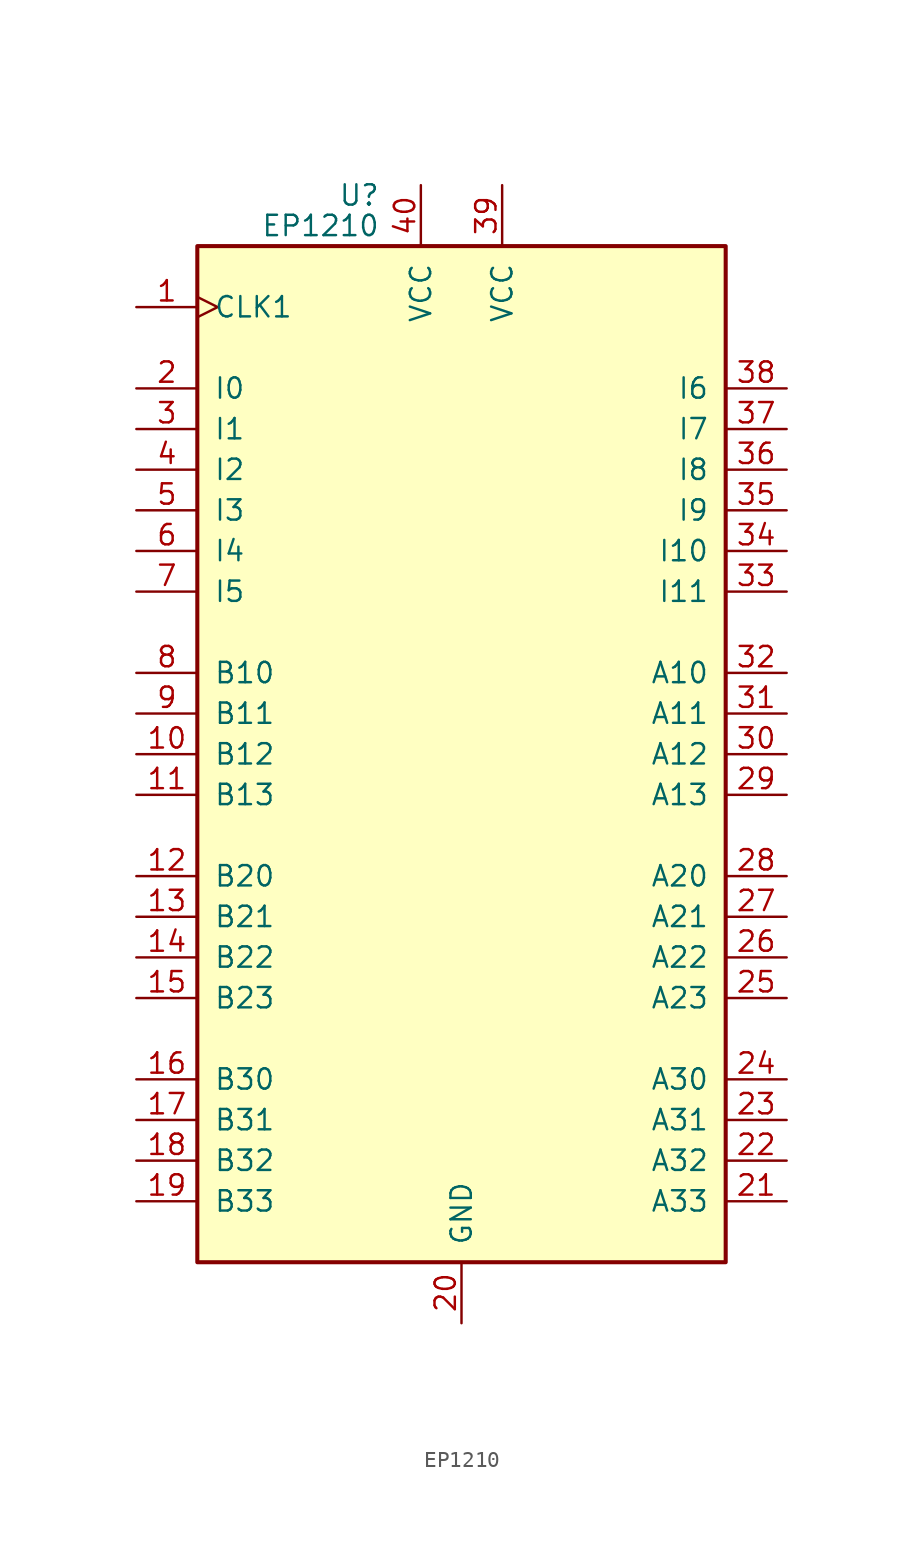
<source format=kicad_sym>
(kicad_symbol_lib
  (version 20201005)
  (generator kicad_symbol_editor)
  (symbol "EP1210"
    (pin_names
      (offset 1.016))
    (property "Reference" "U"
      (at -5.08 34.925 0)
      (effects (font (size 1.27 1.27)) (justify right)))
    (property "Value" "EP1210"
      (at -5.08 33.02 0)
      (effects (font (size 1.27 1.27)) (justify right)))
    (symbol "EP1210_0_1"
      (rectangle (start -16.51 -31.75) (end 16.51 31.75) (stroke (width 0.254)) (fill (type background))))
    (symbol "EP1210_1_1"
      (pin input clock (at -20.32 27.94 0) (length 3.81) (name "CLK1" (effects (font (size 1.27 1.27)))) (number "1" (effects (font (size 1.27 1.27)))))
      (pin input line (at -20.32 22.86 0) (length 3.81) (name "I0" (effects (font (size 1.27 1.27)))) (number "2" (effects (font (size 1.27 1.27)))))
      (pin input line (at -20.32 20.32 0) (length 3.81) (name "I1" (effects (font (size 1.27 1.27)))) (number "3" (effects (font (size 1.27 1.27)))))
      (pin input line (at -20.32 17.78 0) (length 3.81) (name "I2" (effects (font (size 1.27 1.27)))) (number "4" (effects (font (size 1.27 1.27)))))
      (pin input line (at -20.32 15.24 0) (length 3.81) (name "I3" (effects (font (size 1.27 1.27)))) (number "5" (effects (font (size 1.27 1.27)))))
      (pin input line (at -20.32 12.7 0) (length 3.81) (name "I4" (effects (font (size 1.27 1.27)))) (number "6" (effects (font (size 1.27 1.27)))))
      (pin input line (at -20.32 10.16 0) (length 3.81) (name "I5" (effects (font (size 1.27 1.27)))) (number "7" (effects (font (size 1.27 1.27)))))
      (pin input line (at -20.32 5.08 0) (length 3.81) (name "B10" (effects (font (size 1.27 1.27)))) (number "8" (effects (font (size 1.27 1.27)))))
      (pin input line (at -20.32 2.54 0) (length 3.81) (name "B11" (effects (font (size 1.27 1.27)))) (number "9" (effects (font (size 1.27 1.27)))))
      (pin input line (at -20.32 0 0) (length 3.81) (name "B12" (effects (font (size 1.27 1.27)))) (number "10" (effects (font (size 1.27 1.27)))))
      (pin power_in line (at 0 -35.56 90) (length 3.81) (name "GND" (effects (font (size 1.27 1.27)))) (number "20" (effects (font (size 1.27 1.27)))))
      (pin input line (at 20.32 0 180) (length 3.81) (name "A12" (effects (font (size 1.27 1.27)))) (number "30" (effects (font (size 1.27 1.27)))))
      (pin power_in line (at -2.54 35.56 270) (length 3.81) (name "VCC" (effects (font (size 1.27 1.27)))) (number "40" (effects (font (size 1.27 1.27)))))
      (pin input line (at -20.32 -2.54 0) (length 3.81) (name "B13" (effects (font (size 1.27 1.27)))) (number "11" (effects (font (size 1.27 1.27)))))
      (pin input line (at 20.32 -27.94 180) (length 3.81) (name "A33" (effects (font (size 1.27 1.27)))) (number "21" (effects (font (size 1.27 1.27)))))
      (pin input line (at 20.32 2.54 180) (length 3.81) (name "A11" (effects (font (size 1.27 1.27)))) (number "31" (effects (font (size 1.27 1.27)))))
      (pin input line (at -20.32 -7.62 0) (length 3.81) (name "B20" (effects (font (size 1.27 1.27)))) (number "12" (effects (font (size 1.27 1.27)))))
      (pin input line (at 20.32 -25.4 180) (length 3.81) (name "A32" (effects (font (size 1.27 1.27)))) (number "22" (effects (font (size 1.27 1.27)))))
      (pin input line (at 20.32 5.08 180) (length 3.81) (name "A10" (effects (font (size 1.27 1.27)))) (number "32" (effects (font (size 1.27 1.27)))))
      (pin input line (at -20.32 -10.16 0) (length 3.81) (name "B21" (effects (font (size 1.27 1.27)))) (number "13" (effects (font (size 1.27 1.27)))))
      (pin input line (at 20.32 -22.86 180) (length 3.81) (name "A31" (effects (font (size 1.27 1.27)))) (number "23" (effects (font (size 1.27 1.27)))))
      (pin input line (at 20.32 10.16 180) (length 3.81) (name "I11" (effects (font (size 1.27 1.27)))) (number "33" (effects (font (size 1.27 1.27)))))
      (pin input line (at -20.32 -12.7 0) (length 3.81) (name "B22" (effects (font (size 1.27 1.27)))) (number "14" (effects (font (size 1.27 1.27)))))
      (pin input line (at 20.32 -20.32 180) (length 3.81) (name "A30" (effects (font (size 1.27 1.27)))) (number "24" (effects (font (size 1.27 1.27)))))
      (pin input line (at 20.32 12.7 180) (length 3.81) (name "I10" (effects (font (size 1.27 1.27)))) (number "34" (effects (font (size 1.27 1.27)))))
      (pin input line (at -20.32 -15.24 0) (length 3.81) (name "B23" (effects (font (size 1.27 1.27)))) (number "15" (effects (font (size 1.27 1.27)))))
      (pin input line (at 20.32 -15.24 180) (length 3.81) (name "A23" (effects (font (size 1.27 1.27)))) (number "25" (effects (font (size 1.27 1.27)))))
      (pin input line (at 20.32 15.24 180) (length 3.81) (name "I9" (effects (font (size 1.27 1.27)))) (number "35" (effects (font (size 1.27 1.27)))))
      (pin input line (at -20.32 -20.32 0) (length 3.81) (name "B30" (effects (font (size 1.27 1.27)))) (number "16" (effects (font (size 1.27 1.27)))))
      (pin input line (at 20.32 -12.7 180) (length 3.81) (name "A22" (effects (font (size 1.27 1.27)))) (number "26" (effects (font (size 1.27 1.27)))))
      (pin input line (at 20.32 17.78 180) (length 3.81) (name "I8" (effects (font (size 1.27 1.27)))) (number "36" (effects (font (size 1.27 1.27)))))
      (pin input line (at -20.32 -22.86 0) (length 3.81) (name "B31" (effects (font (size 1.27 1.27)))) (number "17" (effects (font (size 1.27 1.27)))))
      (pin input line (at 20.32 -10.16 180) (length 3.81) (name "A21" (effects (font (size 1.27 1.27)))) (number "27" (effects (font (size 1.27 1.27)))))
      (pin input line (at 20.32 20.32 180) (length 3.81) (name "I7" (effects (font (size 1.27 1.27)))) (number "37" (effects (font (size 1.27 1.27)))))
      (pin input line (at -20.32 -25.4 0) (length 3.81) (name "B32" (effects (font (size 1.27 1.27)))) (number "18" (effects (font (size 1.27 1.27)))))
      (pin input line (at 20.32 -7.62 180) (length 3.81) (name "A20" (effects (font (size 1.27 1.27)))) (number "28" (effects (font (size 1.27 1.27)))))
      (pin input line (at 20.32 22.86 180) (length 3.81) (name "I6" (effects (font (size 1.27 1.27)))) (number "38" (effects (font (size 1.27 1.27)))))
      (pin input line (at -20.32 -27.94 0) (length 3.81) (name "B33" (effects (font (size 1.27 1.27)))) (number "19" (effects (font (size 1.27 1.27)))))
      (pin input line (at 20.32 -2.54 180) (length 3.81) (name "A13" (effects (font (size 1.27 1.27)))) (number "29" (effects (font (size 1.27 1.27)))))
      (pin power_in line (at 2.54 35.56 270) (length 3.81) (name "VCC" (effects (font (size 1.27 1.27)))) (number "39" (effects (font (size 1.27 1.27))))))))
</source>
